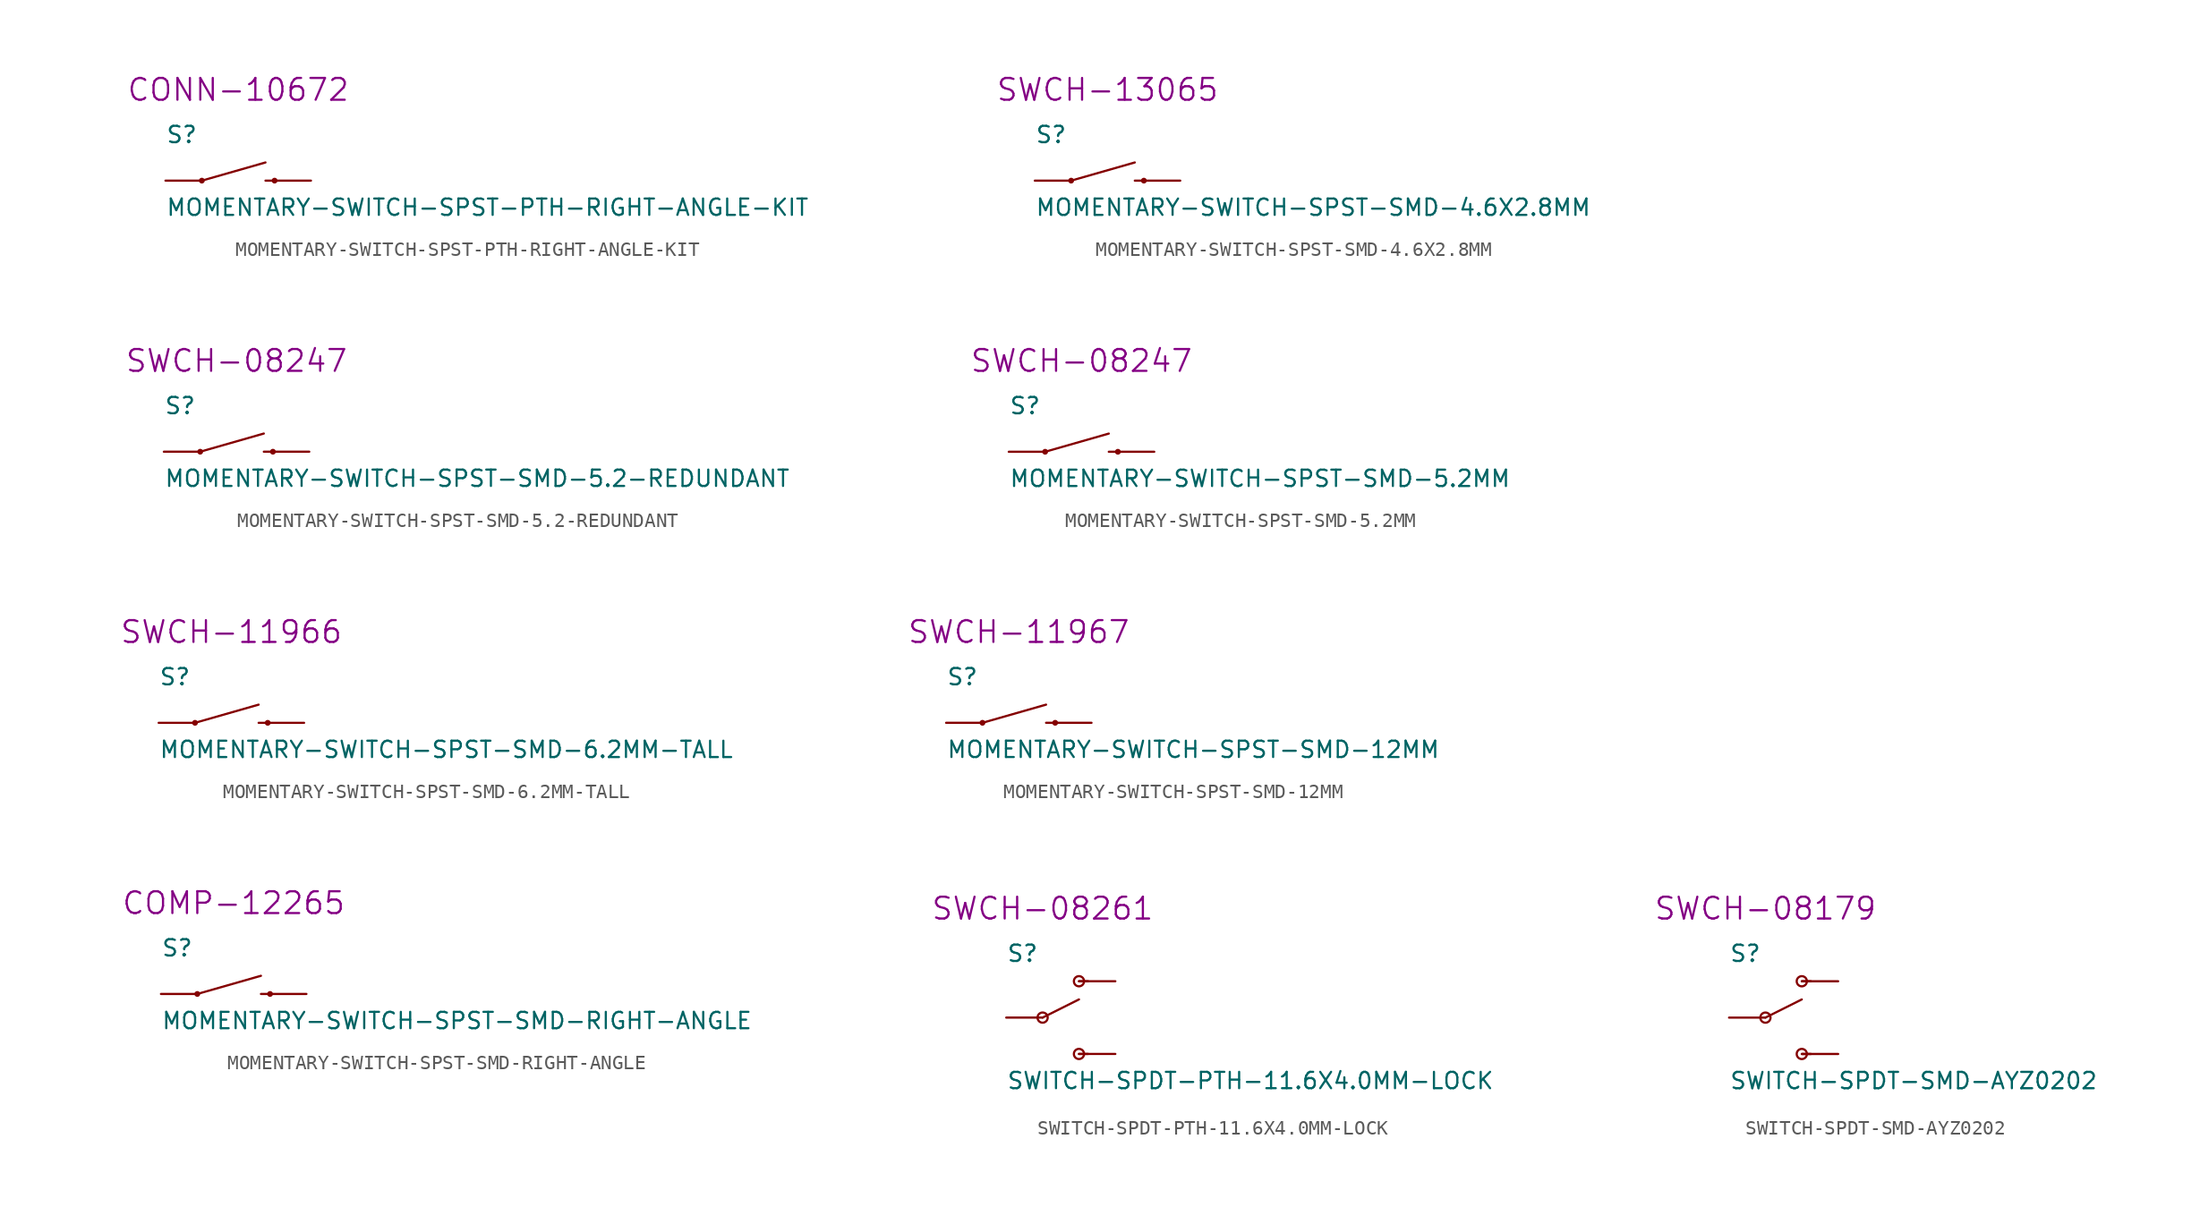
<source format=kicad_sym>
(kicad_symbol_lib
  (version 20211014)
  (generator kicad_symbol_editor)
  (symbol "MOMENTARY-SWITCH-SPST-PTH-RIGHT-ANGLE-KIT"
    (pin_numbers hide)
    (pin_names
      (offset 1.016) hide)
    (property "Reference" "S"
      (at -5.08 2.54 0)
      (effects (font (size 1.143 1.143)) (justify left bottom)))
    (property "Value" "MOMENTARY-SWITCH-SPST-PTH-RIGHT-ANGLE-KIT"
      (at -5.08 -2.54 0)
      (effects (font (size 1.143 1.143)) (justify left bottom)))
    (property "Field4" "CONN-10672"
      (at 0 6.35 0)
      (effects (font (size 1.524 1.524))))
    (property "ki_locked" ""
      (at 0 0 0)
      (effects (font (size 1.27 1.27))))
    (symbol "MOMENTARY-SWITCH-SPST-PTH-RIGHT-ANGLE-KIT_1_0"
      (polyline (pts (xy -2.54 0) (xy 1.905 1.27)) (stroke (width 0) (type default) (color 0 0 0 0)) (fill (type none)))
      (polyline (pts (xy 1.905 0) (xy 2.54 0)) (stroke (width 0) (type default) (color 0 0 0 0)) (fill (type none))))
    (symbol "MOMENTARY-SWITCH-SPST-PTH-RIGHT-ANGLE-KIT_1_1"
      (circle (center -2.54 0) (radius 0.127) (stroke (width 0) (type default) (color 0 0 0 0)) (fill (type outline)))
      (circle (center 2.54 0) (radius 0.127) (stroke (width 0) (type default) (color 0 0 0 0)) (fill (type outline)))
      (pin passive line (at -5.08 0 0) (length 2.54) (name "1" (effects (font (size 1.016 1.016)))) (number "1" (effects (font (size 1.016 1.016)))))
      (pin passive line (at 5.08 0 180) (length 2.54) (name "2" (effects (font (size 1.016 1.016)))) (number "2" (effects (font (size 1.016 1.016)))))))
  (symbol "MOMENTARY-SWITCH-SPST-SMD-4.6X2.8MM"
    (pin_numbers hide)
    (pin_names
      (offset 1.016) hide)
    (property "Reference" "S"
      (at -5.08 2.54 0)
      (effects (font (size 1.143 1.143)) (justify left bottom)))
    (property "Value" "MOMENTARY-SWITCH-SPST-SMD-4.6X2.8MM"
      (at -5.08 -2.54 0)
      (effects (font (size 1.143 1.143)) (justify left bottom)))
    (property "Field4" "SWCH-13065"
      (at 0 6.35 0)
      (effects (font (size 1.524 1.524))))
    (property "ki_locked" ""
      (at 0 0 0)
      (effects (font (size 1.27 1.27))))
    (symbol "MOMENTARY-SWITCH-SPST-SMD-4.6X2.8MM_1_0"
      (polyline (pts (xy -2.54 0) (xy 1.905 1.27)) (stroke (width 0) (type default) (color 0 0 0 0)) (fill (type none)))
      (polyline (pts (xy 1.905 0) (xy 2.54 0)) (stroke (width 0) (type default) (color 0 0 0 0)) (fill (type none))))
    (symbol "MOMENTARY-SWITCH-SPST-SMD-4.6X2.8MM_1_1"
      (circle (center -2.54 0) (radius 0.127) (stroke (width 0) (type default) (color 0 0 0 0)) (fill (type outline)))
      (circle (center 2.54 0) (radius 0.127) (stroke (width 0) (type default) (color 0 0 0 0)) (fill (type outline)))
      (pin passive line (at -5.08 0 0) (length 2.54) (name "1" (effects (font (size 1.016 1.016)))) (number "1" (effects (font (size 1.016 1.016)))))
      (pin passive line (at -5.08 0 0) (length 2.54) hide (name "1" (effects (font (size 1.016 1.016)))) (number "2" (effects (font (size 1.016 1.016)))))
      (pin passive line (at 5.08 0 180) (length 2.54) (name "2" (effects (font (size 1.016 1.016)))) (number "3" (effects (font (size 1.016 1.016)))))
      (pin passive line (at 5.08 0 180) (length 2.54) hide (name "2" (effects (font (size 1.016 1.016)))) (number "4" (effects (font (size 1.016 1.016)))))))
  (symbol "MOMENTARY-SWITCH-SPST-SMD-5.2-REDUNDANT"
    (pin_numbers hide)
    (pin_names
      (offset 1.016) hide)
    (property "Reference" "S"
      (at -5.08 2.54 0)
      (effects (font (size 1.143 1.143)) (justify left bottom)))
    (property "Value" "MOMENTARY-SWITCH-SPST-SMD-5.2-REDUNDANT"
      (at -5.08 -2.54 0)
      (effects (font (size 1.143 1.143)) (justify left bottom)))
    (property "Field4" "SWCH-08247"
      (at 0 6.35 0)
      (effects (font (size 1.524 1.524))))
    (property "ki_locked" ""
      (at 0 0 0)
      (effects (font (size 1.27 1.27))))
    (symbol "MOMENTARY-SWITCH-SPST-SMD-5.2-REDUNDANT_1_0"
      (polyline (pts (xy -2.54 0) (xy 1.905 1.27)) (stroke (width 0) (type default) (color 0 0 0 0)) (fill (type none)))
      (polyline (pts (xy 1.905 0) (xy 2.54 0)) (stroke (width 0) (type default) (color 0 0 0 0)) (fill (type none))))
    (symbol "MOMENTARY-SWITCH-SPST-SMD-5.2-REDUNDANT_1_1"
      (circle (center -2.54 0) (radius 0.127) (stroke (width 0) (type default) (color 0 0 0 0)) (fill (type outline)))
      (circle (center 2.54 0) (radius 0.127) (stroke (width 0) (type default) (color 0 0 0 0)) (fill (type outline)))
      (pin passive line (at -5.08 0 0) (length 2.54) (name "1" (effects (font (size 1.016 1.016)))) (number "1" (effects (font (size 1.016 1.016)))))
      (pin passive line (at -5.08 0 0) (length 2.54) hide (name "1" (effects (font (size 1.016 1.016)))) (number "2" (effects (font (size 1.016 1.016)))))
      (pin passive line (at 5.08 0 180) (length 2.54) (name "2" (effects (font (size 1.016 1.016)))) (number "3" (effects (font (size 1.016 1.016)))))
      (pin passive line (at 5.08 0 180) (length 2.54) hide (name "2" (effects (font (size 1.016 1.016)))) (number "4" (effects (font (size 1.016 1.016)))))))
  (symbol "MOMENTARY-SWITCH-SPST-SMD-5.2MM"
    (pin_numbers hide)
    (pin_names
      (offset 1.016) hide)
    (property "Reference" "S"
      (at -5.08 2.54 0)
      (effects (font (size 1.143 1.143)) (justify left bottom)))
    (property "Value" "MOMENTARY-SWITCH-SPST-SMD-5.2MM"
      (at -5.08 -2.54 0)
      (effects (font (size 1.143 1.143)) (justify left bottom)))
    (property "Field4" "SWCH-08247"
      (at 0 6.35 0)
      (effects (font (size 1.524 1.524))))
    (property "ki_locked" ""
      (at 0 0 0)
      (effects (font (size 1.27 1.27))))
    (symbol "MOMENTARY-SWITCH-SPST-SMD-5.2MM_1_0"
      (polyline (pts (xy -2.54 0) (xy 1.905 1.27)) (stroke (width 0) (type default) (color 0 0 0 0)) (fill (type none)))
      (polyline (pts (xy 1.905 0) (xy 2.54 0)) (stroke (width 0) (type default) (color 0 0 0 0)) (fill (type none))))
    (symbol "MOMENTARY-SWITCH-SPST-SMD-5.2MM_1_1"
      (circle (center -2.54 0) (radius 0.127) (stroke (width 0) (type default) (color 0 0 0 0)) (fill (type outline)))
      (circle (center 2.54 0) (radius 0.127) (stroke (width 0) (type default) (color 0 0 0 0)) (fill (type outline)))
      (pin passive line (at -5.08 0 0) (length 2.54) (name "1" (effects (font (size 1.016 1.016)))) (number "1" (effects (font (size 1.016 1.016)))))
      (pin passive line (at 5.08 0 180) (length 2.54) (name "2" (effects (font (size 1.016 1.016)))) (number "3" (effects (font (size 1.016 1.016)))))))
  (symbol "MOMENTARY-SWITCH-SPST-SMD-6.2MM-TALL"
    (pin_numbers hide)
    (pin_names
      (offset 1.016) hide)
    (property "Reference" "S"
      (at -5.08 2.54 0)
      (effects (font (size 1.143 1.143)) (justify left bottom)))
    (property "Value" "MOMENTARY-SWITCH-SPST-SMD-6.2MM-TALL"
      (at -5.08 -2.54 0)
      (effects (font (size 1.143 1.143)) (justify left bottom)))
    (property "Field4" "SWCH-11966"
      (at 0 6.35 0)
      (effects (font (size 1.524 1.524))))
    (property "ki_locked" ""
      (at 0 0 0)
      (effects (font (size 1.27 1.27))))
    (symbol "MOMENTARY-SWITCH-SPST-SMD-6.2MM-TALL_1_0"
      (polyline (pts (xy -2.54 0) (xy 1.905 1.27)) (stroke (width 0) (type default) (color 0 0 0 0)) (fill (type none)))
      (polyline (pts (xy 1.905 0) (xy 2.54 0)) (stroke (width 0) (type default) (color 0 0 0 0)) (fill (type none))))
    (symbol "MOMENTARY-SWITCH-SPST-SMD-6.2MM-TALL_1_1"
      (circle (center -2.54 0) (radius 0.127) (stroke (width 0) (type default) (color 0 0 0 0)) (fill (type outline)))
      (circle (center 2.54 0) (radius 0.127) (stroke (width 0) (type default) (color 0 0 0 0)) (fill (type outline)))
      (pin passive line (at -5.08 0 0) (length 2.54) (name "1" (effects (font (size 1.016 1.016)))) (number "A2" (effects (font (size 1.016 1.016)))))
      (pin passive line (at 5.08 0 180) (length 2.54) (name "2" (effects (font (size 1.016 1.016)))) (number "B2" (effects (font (size 1.016 1.016)))))))
  (symbol "MOMENTARY-SWITCH-SPST-SMD-12MM"
    (pin_numbers hide)
    (pin_names
      (offset 1.016) hide)
    (property "Reference" "S"
      (at -5.08 2.54 0)
      (effects (font (size 1.143 1.143)) (justify left bottom)))
    (property "Value" "MOMENTARY-SWITCH-SPST-SMD-12MM"
      (at -5.08 -2.54 0)
      (effects (font (size 1.143 1.143)) (justify left bottom)))
    (property "Field4" "SWCH-11967"
      (at 0 6.35 0)
      (effects (font (size 1.524 1.524))))
    (property "ki_locked" ""
      (at 0 0 0)
      (effects (font (size 1.27 1.27))))
    (symbol "MOMENTARY-SWITCH-SPST-SMD-12MM_1_0"
      (polyline (pts (xy -2.54 0) (xy 1.905 1.27)) (stroke (width 0) (type default) (color 0 0 0 0)) (fill (type none)))
      (polyline (pts (xy 1.905 0) (xy 2.54 0)) (stroke (width 0) (type default) (color 0 0 0 0)) (fill (type none))))
    (symbol "MOMENTARY-SWITCH-SPST-SMD-12MM_1_1"
      (circle (center -2.54 0) (radius 0.127) (stroke (width 0) (type default) (color 0 0 0 0)) (fill (type outline)))
      (circle (center 2.54 0) (radius 0.127) (stroke (width 0) (type default) (color 0 0 0 0)) (fill (type outline)))
      (pin passive line (at -5.08 0 0) (length 2.54) (name "1" (effects (font (size 1.016 1.016)))) (number "1" (effects (font (size 1.016 1.016)))))
      (pin passive line (at 5.08 0 180) (length 2.54) (name "2" (effects (font (size 1.016 1.016)))) (number "3" (effects (font (size 1.016 1.016)))))))
  (symbol "MOMENTARY-SWITCH-SPST-SMD-RIGHT-ANGLE"
    (pin_numbers hide)
    (pin_names
      (offset 1.016) hide)
    (property "Reference" "S"
      (at -5.08 2.54 0)
      (effects (font (size 1.143 1.143)) (justify left bottom)))
    (property "Value" "MOMENTARY-SWITCH-SPST-SMD-RIGHT-ANGLE"
      (at -5.08 -2.54 0)
      (effects (font (size 1.143 1.143)) (justify left bottom)))
    (property "Field4" "COMP-12265"
      (at 0 6.35 0)
      (effects (font (size 1.524 1.524))))
    (property "ki_locked" ""
      (at 0 0 0)
      (effects (font (size 1.27 1.27))))
    (symbol "MOMENTARY-SWITCH-SPST-SMD-RIGHT-ANGLE_1_0"
      (polyline (pts (xy -2.54 0) (xy 1.905 1.27)) (stroke (width 0) (type default) (color 0 0 0 0)) (fill (type none)))
      (polyline (pts (xy 1.905 0) (xy 2.54 0)) (stroke (width 0) (type default) (color 0 0 0 0)) (fill (type none))))
    (symbol "MOMENTARY-SWITCH-SPST-SMD-RIGHT-ANGLE_1_1"
      (circle (center -2.54 0) (radius 0.127) (stroke (width 0) (type default) (color 0 0 0 0)) (fill (type outline)))
      (circle (center 2.54 0) (radius 0.127) (stroke (width 0) (type default) (color 0 0 0 0)) (fill (type outline)))
      (pin passive line (at -5.08 0 0) (length 2.54) (name "1" (effects (font (size 1.016 1.016)))) (number "1" (effects (font (size 1.016 1.016)))))
      (pin passive line (at 5.08 0 180) (length 2.54) (name "2" (effects (font (size 1.016 1.016)))) (number "2" (effects (font (size 1.016 1.016)))))))
  (symbol "SWITCH-SPDT-PTH-11.6X4.0MM-LOCK"
    (pin_numbers hide)
    (pin_names
      (offset 1.016) hide)
    (property "Reference" "S"
      (at -2.54 3.81 0)
      (effects (font (size 1.143 1.143)) (justify left bottom)))
    (property "Value" "SWITCH-SPDT-PTH-11.6X4.0MM-LOCK"
      (at -2.54 -5.08 0)
      (effects (font (size 1.143 1.143)) (justify left bottom)))
    (property "Field4" "SWCH-08261"
      (at 0 7.62 0)
      (effects (font (size 1.524 1.524))))
    (property "ki_locked" ""
      (at 0 0 0)
      (effects (font (size 1.27 1.27))))
    (symbol "SWITCH-SPDT-PTH-11.6X4.0MM-LOCK_1_0"
      (polyline (pts (xy 0 0) (xy 2.54 1.27)) (stroke (width 0) (type default) (color 0 0 0 0)) (fill (type none)))
      (polyline (pts (xy 2.54 -2.54) (xy 3.175 -2.54)) (stroke (width 0) (type default) (color 0 0 0 0)) (fill (type none)))
      (polyline (pts (xy 2.54 2.54) (xy 3.175 2.54)) (stroke (width 0) (type default) (color 0 0 0 0)) (fill (type none))))
    (symbol "SWITCH-SPDT-PTH-11.6X4.0MM-LOCK_1_1"
      (circle (center 0 0) (radius 0.356) (stroke (width 0) (type default) (color 0 0 0 0)) (fill (type none)))
      (circle (center 2.54 -2.54) (radius 0.356) (stroke (width 0) (type default) (color 0 0 0 0)) (fill (type none)))
      (circle (center 2.54 2.54) (radius 0.356) (stroke (width 0) (type default) (color 0 0 0 0)) (fill (type none)))
      (pin passive line (at 5.08 2.54 180) (length 2.54) (name "O" (effects (font (size 1.016 1.016)))) (number "1" (effects (font (size 1.016 1.016)))))
      (pin passive line (at -2.54 0 0) (length 2.54) (name "P" (effects (font (size 1.016 1.016)))) (number "2" (effects (font (size 1.016 1.016)))))
      (pin passive line (at 5.08 -2.54 180) (length 2.54) (name "S" (effects (font (size 1.016 1.016)))) (number "3" (effects (font (size 1.016 1.016)))))))
  (symbol "SWITCH-SPDT-SMD-AYZ0202"
    (pin_numbers hide)
    (pin_names
      (offset 1.016) hide)
    (property "Reference" "S"
      (at -2.54 3.81 0)
      (effects (font (size 1.143 1.143)) (justify left bottom)))
    (property "Value" "SWITCH-SPDT-SMD-AYZ0202"
      (at -2.54 -5.08 0)
      (effects (font (size 1.143 1.143)) (justify left bottom)))
    (property "Field4" "SWCH-08179"
      (at 0 7.62 0)
      (effects (font (size 1.524 1.524))))
    (property "ki_locked" ""
      (at 0 0 0)
      (effects (font (size 1.27 1.27))))
    (symbol "SWITCH-SPDT-SMD-AYZ0202_1_0"
      (polyline (pts (xy 0 0) (xy 2.54 1.27)) (stroke (width 0) (type default) (color 0 0 0 0)) (fill (type none)))
      (polyline (pts (xy 2.54 -2.54) (xy 3.175 -2.54)) (stroke (width 0) (type default) (color 0 0 0 0)) (fill (type none)))
      (polyline (pts (xy 2.54 2.54) (xy 3.175 2.54)) (stroke (width 0) (type default) (color 0 0 0 0)) (fill (type none))))
    (symbol "SWITCH-SPDT-SMD-AYZ0202_1_1"
      (circle (center 0 0) (radius 0.356) (stroke (width 0) (type default) (color 0 0 0 0)) (fill (type none)))
      (circle (center 2.54 -2.54) (radius 0.356) (stroke (width 0) (type default) (color 0 0 0 0)) (fill (type none)))
      (circle (center 2.54 2.54) (radius 0.356) (stroke (width 0) (type default) (color 0 0 0 0)) (fill (type none)))
      (pin passive line (at 5.08 2.54 180) (length 2.54) (name "O" (effects (font (size 1.016 1.016)))) (number "1" (effects (font (size 1.016 1.016)))))
      (pin passive line (at -2.54 0 0) (length 2.54) (name "P" (effects (font (size 1.016 1.016)))) (number "2" (effects (font (size 1.016 1.016)))))
      (pin passive line (at 5.08 -2.54 180) (length 2.54) (name "S" (effects (font (size 1.016 1.016)))) (number "3" (effects (font (size 1.016 1.016))))))))
</source>
